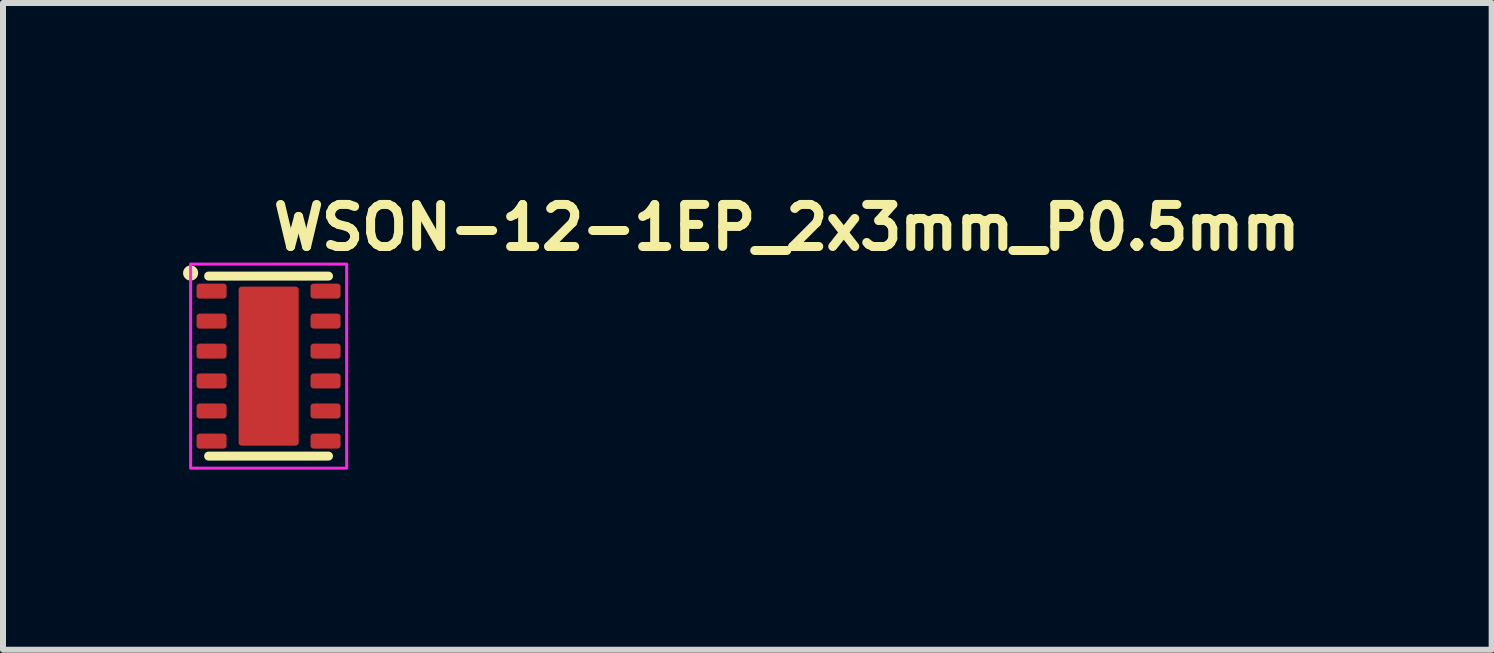
<source format=kicad_pcb>
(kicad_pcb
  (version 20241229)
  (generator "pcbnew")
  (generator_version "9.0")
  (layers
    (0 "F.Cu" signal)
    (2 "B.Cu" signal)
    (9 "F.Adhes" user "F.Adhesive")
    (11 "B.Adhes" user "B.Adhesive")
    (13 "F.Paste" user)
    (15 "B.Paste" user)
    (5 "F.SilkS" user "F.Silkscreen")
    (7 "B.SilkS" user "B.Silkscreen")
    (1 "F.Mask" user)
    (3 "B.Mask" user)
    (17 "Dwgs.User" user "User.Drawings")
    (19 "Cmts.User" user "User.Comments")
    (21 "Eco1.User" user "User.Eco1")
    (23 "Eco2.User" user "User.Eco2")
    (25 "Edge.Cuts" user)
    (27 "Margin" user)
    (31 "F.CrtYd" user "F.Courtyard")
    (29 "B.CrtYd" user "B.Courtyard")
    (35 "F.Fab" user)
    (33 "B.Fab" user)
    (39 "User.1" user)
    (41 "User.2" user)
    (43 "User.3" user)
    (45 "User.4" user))
  (footprint "WSON-12-1EP_2x3mm_P0.5mm"
    (layer "F.Cu")
    (at 1.426 3.05)
    (property "Reference" "WSON-12-1EP_2x3mm_P0.5mm" (at 0 -1.9 0) (layer "F.SilkS") (effects (font (size 0.7 0.7) (thickness 0.15)) (justify left bottom)))
    (attr smd)
    (fp_line (start -1 -1.5) (end 0.997 -1.5) (stroke (width 0.15) (type solid)) (layer "F.SilkS"))
    (fp_line (start 0.997 1.499) (end -1 1.499) (stroke (width 0.15) (type solid)) (layer "F.SilkS"))
    (fp_circle (center -1.3 -1.551) (end -1.249 -1.551) (stroke (width 0.15) (type solid)) (fill yes) (layer "F.SilkS"))
    (fp_poly (pts (xy -0.476 -1.301) (xy 0.473 -1.301) (xy 0.473 -0.125) (xy -0.476 -0.125)) (stroke (width 0.01) (type solid)) (fill yes) (layer "F.Paste"))
    (fp_poly (pts (xy 0.473 1.3) (xy -0.476 1.3) (xy -0.476 0.122) (xy 0.473 0.122)) (stroke (width 0.01) (type solid)) (fill yes) (layer "F.Paste"))
    (fp_rect (start -1.3 -1.7) (end 1.3 1.7) (stroke (width 0.05) (type solid)) (fill no) (layer "F.CrtYd"))
    (fp_rect (start -1 -1.5) (end 0.998 1.499) (stroke (width 0.1) (type solid)) (fill no) (layer "User.5"))
    (fp_line (start -1 -1.5) (end -1 1.499) (stroke (width 0.02) (type solid)) (layer "User.9"))
    (fp_line (start -1 1.499) (end 0.998 1.499) (stroke (width 0.02) (type solid)) (layer "User.9"))
    (fp_line (start 0.998 -1.5) (end -1 -1.5) (stroke (width 0.02) (type solid)) (layer "User.9"))
    (fp_line (start 0.998 1.499) (end 0.998 -1.5) (stroke (width 0.02) (type solid)) (layer "User.9"))
    (pad "1" smd roundrect (at -0.951 -1.25) (size 0.5 0.25) (layers "F.Cu" "F.Mask" "F.Paste") (roundrect_rratio 0.2))
    (pad "2" smd roundrect (at -0.951 -0.75) (size 0.5 0.25) (layers "F.Cu" "F.Mask" "F.Paste") (roundrect_rratio 0.2))
    (pad "3" smd roundrect (at -0.951 -0.25) (size 0.5 0.25) (layers "F.Cu" "F.Mask" "F.Paste") (roundrect_rratio 0.2))
    (pad "4" smd roundrect (at -0.951 0.247) (size 0.5 0.25) (layers "F.Cu" "F.Mask" "F.Paste") (roundrect_rratio 0.2))
    (pad "5" smd roundrect (at -0.951 0.747) (size 0.5 0.25) (layers "F.Cu" "F.Mask" "F.Paste") (roundrect_rratio 0.2))
    (pad "6" smd roundrect (at -0.951 1.249) (size 0.5 0.25) (layers "F.Cu" "F.Mask" "F.Paste") (roundrect_rratio 0.2))
    (pad "7" smd roundrect (at 0.948 1.249 180) (size 0.5 0.25) (layers "F.Cu" "F.Mask" "F.Paste") (roundrect_rratio 0.2))
    (pad "8" smd roundrect (at 0.948 0.747 180) (size 0.5 0.25) (layers "F.Cu" "F.Mask" "F.Paste") (roundrect_rratio 0.2))
    (pad "9" smd roundrect (at 0.948 0.247 180) (size 0.5 0.25) (layers "F.Cu" "F.Mask" "F.Paste") (roundrect_rratio 0.2))
    (pad "10" smd roundrect (at 0.948 -0.25 180) (size 0.5 0.25) (layers "F.Cu" "F.Mask" "F.Paste") (roundrect_rratio 0.2))
    (pad "11" smd roundrect (at 0.948 -0.75 180) (size 0.5 0.25) (layers "F.Cu" "F.Mask" "F.Paste") (roundrect_rratio 0.2))
    (pad "12" smd roundrect (at 0.948 -1.25 180) (size 0.5 0.25) (layers "F.Cu" "F.Mask" "F.Paste") (roundrect_rratio 0.2))
    (pad "13" smd roundrect (at 0 0) (size 1 2.65) (layers "F.Cu" "F.Mask" "F.Paste") (roundrect_rratio 0.05)))
  (gr_rect
    (start -3 -3)
    (end 21.803 7.775)
    (stroke (width 0.1) (type default))
    (fill no)
    (layer "Edge.Cuts")))
</source>
